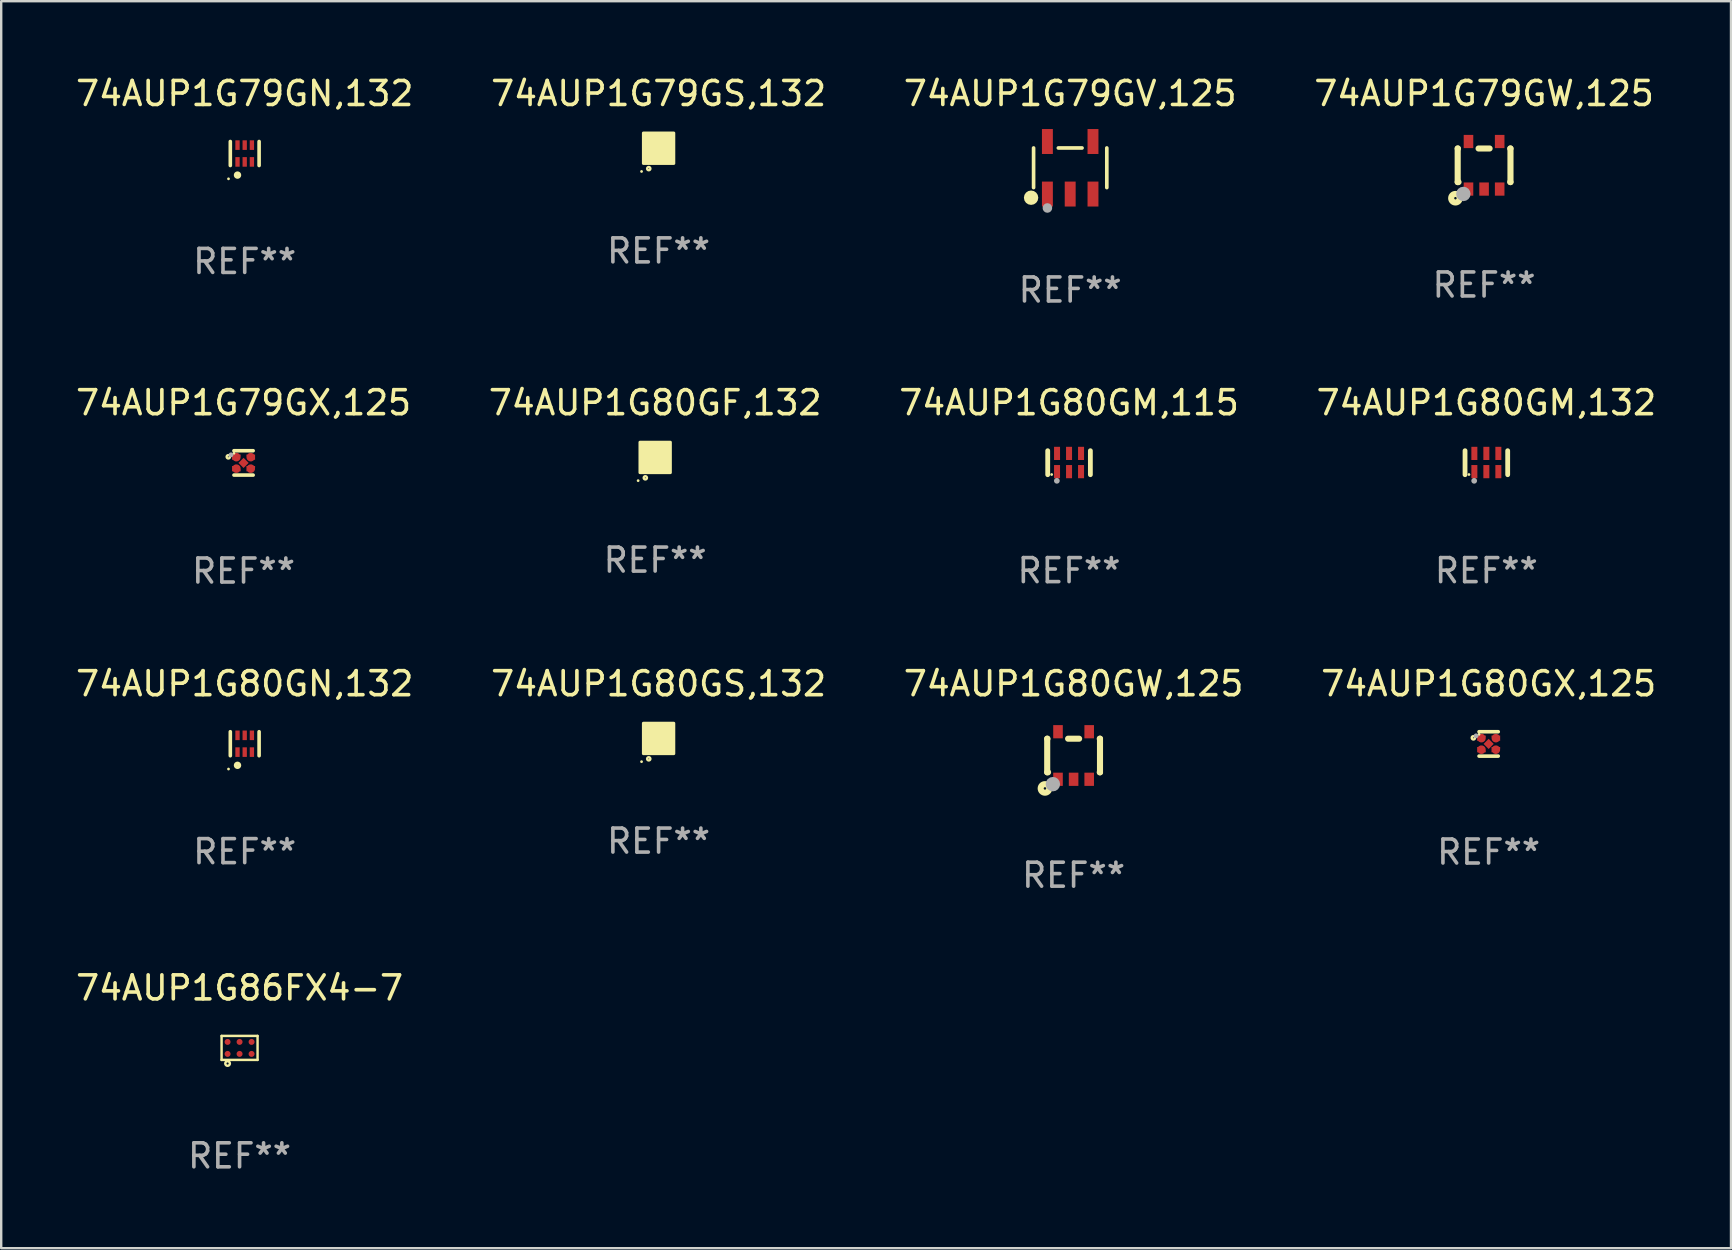
<source format=kicad_pcb>
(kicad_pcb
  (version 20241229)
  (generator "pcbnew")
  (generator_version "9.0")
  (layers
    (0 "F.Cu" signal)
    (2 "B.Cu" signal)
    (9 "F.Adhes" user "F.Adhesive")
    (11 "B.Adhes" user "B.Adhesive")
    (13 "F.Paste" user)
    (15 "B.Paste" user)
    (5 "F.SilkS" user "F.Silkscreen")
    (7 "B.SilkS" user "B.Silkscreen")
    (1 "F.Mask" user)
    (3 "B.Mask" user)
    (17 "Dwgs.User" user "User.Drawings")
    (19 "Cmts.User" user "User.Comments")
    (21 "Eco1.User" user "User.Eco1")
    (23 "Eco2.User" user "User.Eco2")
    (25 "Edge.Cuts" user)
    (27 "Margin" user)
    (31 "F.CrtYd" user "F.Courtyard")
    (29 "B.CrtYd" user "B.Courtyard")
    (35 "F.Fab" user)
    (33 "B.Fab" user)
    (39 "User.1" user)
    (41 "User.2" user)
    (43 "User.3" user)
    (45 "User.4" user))
  (footprint "74AUP1G80GM,132"
    (layer "F.Cu")
    (at 58.899 16.235)
    (property "Reference" "74AUP1G80GM,132" (at 0 -2.5 0) (layer "F.SilkS") (effects (font (size 1 1) (thickness 0.15))))
    (attr through_hole)
    (fp_line (start -0.889 0.5) (end -0.889 -0.5) (stroke (width 0.2) (type solid)) (layer "F.SilkS"))
    (fp_line (start 0.889 0.5) (end 0.889 -0.5) (stroke (width 0.2) (type solid)) (layer "F.SilkS"))
    (fp_circle (center -0.725 0.492) (end -0.695 0.492) (stroke (width 0.06) (type solid)) (fill no) (layer "F.SilkS"))
    (fp_circle (center -0.508 0.754) (end -0.448 0.754) (stroke (width 0.12) (type solid)) (fill no) (layer "F.Fab"))
    (fp_text user "REF**" (at 0 4.5 0) (layer "F.Fab") (effects (font (size 1 1) (thickness 0.15))))
    (pad "1" smd rect (at -0.5 0.372) (size 0.25 0.55) (layers "F.Cu" "F.Mask" "F.Paste"))
    (pad "2" smd rect (at -0.000127 0.372) (size 0.25 0.55) (layers "F.Cu" "F.Mask" "F.Paste"))
    (pad "3" smd rect (at 0.5 0.372) (size 0.25 0.55) (layers "F.Cu" "F.Mask" "F.Paste"))
    (pad "4" smd rect (at 0.5 -0.388 180) (size 0.25 0.55) (layers "F.Cu" "F.Mask" "F.Paste"))
    (pad "5" smd rect (at -0.000127 -0.388 180) (size 0.25 0.55) (layers "F.Cu" "F.Mask" "F.Paste"))
    (pad "6" smd rect (at -0.5 -0.388 180) (size 0.25 0.55) (layers "F.Cu" "F.Mask" "F.Paste")))
  (footprint "74AUP1G80GX,125"
    (layer "F.Cu")
    (at 58.994 27.955)
    (property "Reference" "74AUP1G80GX,125" (at 0 -2.508 0) (layer "F.SilkS") (effects (font (size 1 1) (thickness 0.15))))
    (attr through_hole)
    (fp_line (start 0.4 -0.508) (end -0.4 -0.508) (stroke (width 0.15) (type solid)) (layer "F.SilkS"))
    (fp_line (start 0.4 0.508) (end -0.4 0.508) (stroke (width 0.15) (type solid)) (layer "F.SilkS"))
    (fp_circle (center -0.635 -0.254) (end -0.615 -0.254) (stroke (width 0.1) (type solid)) (fill no) (layer "F.SilkS"))
    (fp_circle (center -0.401 -0.4) (end -0.371 -0.4) (stroke (width 0.06) (type solid)) (fill no) (layer "F.SilkS"))
    (fp_circle (center -0.523 -0.337) (end -0.473 -0.337) (stroke (width 0.1) (type solid)) (fill no) (layer "F.Fab"))
    (fp_text user "REF**" (at 0 4.508 0) (layer "F.Fab") (effects (font (size 1 1) (thickness 0.15))))
    (pad "1" smd custom (at -0.3 -0.24) (size 0.36 0.22) (layers "F.Cu" "F.Mask" "F.Paste") (options (anchor circle)) (primitives (gr_poly (pts (xy -0.18 -0.11) (xy -0.18 0.11) (xy 0.000127 0.11) (xy 0.18 -0.03) (xy 0.18 -0.11) (xy -0.18 -0.11)) (width 0) (fill yes))))
    (pad "2" smd custom (at -0.3 0.24) (size 0.36 0.22) (layers "F.Cu" "F.Mask" "F.Paste") (options (anchor circle)) (primitives (gr_poly (pts (xy -0.18 0.11) (xy -0.18 -0.11) (xy 0.000127 -0.11) (xy 0.18 0.03) (xy 0.18 0.11) (xy -0.18 0.11)) (width 0) (fill yes))))
    (pad "3" smd rect (at 0.000102 -0.000127 45) (size 0.3 0.3) (layers "F.Cu" "F.Mask" "F.Paste"))
    (pad "4" smd custom (at 0.3 0.24 180) (size 0.36 0.22) (layers "F.Cu" "F.Mask" "F.Paste") (options (anchor circle)) (primitives (gr_poly (pts (xy 0.18 0.11) (xy 0.18 -0.11) (xy -0.000178 -0.11) (xy -0.18 0.03) (xy -0.18 0.11) (xy 0.18 0.11)) (width 0) (fill yes))))
    (pad "5" smd custom (at 0.3 -0.24) (size 0.36 0.22) (layers "F.Cu" "F.Mask" "F.Paste") (options (anchor circle)) (primitives (gr_poly (pts (xy 0.18 -0.11) (xy 0.18 0.11) (xy -0.000152 0.11) (xy -0.18 -0.03) (xy -0.18 -0.11) (xy 0.18 -0.11)) (width 0) (fill yes)))))
  (footprint "74AUP1G80GN,132"
    (layer "F.Cu")
    (at 7.149 27.947)
    (property "Reference" "74AUP1G80GN,132" (at 0 -2.5 0) (layer "F.SilkS") (effects (font (size 1 1) (thickness 0.15))))
    (attr through_hole)
    (fp_line (start -0.6 -0.5) (end -0.6 0.5) (stroke (width 0.15) (type solid)) (layer "F.SilkS"))
    (fp_line (start 0.6 0.5) (end 0.6 -0.5) (stroke (width 0.15) (type solid)) (layer "F.SilkS"))
    (fp_circle (center -0.675 1.055) (end -0.645 1.055) (stroke (width 0.06) (type solid)) (fill no) (layer "F.SilkS"))
    (fp_circle (center -0.3 0.9) (end -0.22 0.9) (stroke (width 0.15) (type solid)) (fill no) (layer "F.SilkS"))
    (fp_text user "REF**" (at 0 4.5 0) (layer "F.Fab") (effects (font (size 1 1) (thickness 0.15))))
    (pad "1" smd rect (at -0.3 0.35) (size 0.18 0.4) (layers "F.Cu" "F.Mask" "F.Paste"))
    (pad "2" smd rect (at 0.000025 0.35) (size 0.18 0.4) (layers "F.Cu" "F.Mask" "F.Paste"))
    (pad "3" smd rect (at 0.3 0.35) (size 0.18 0.4) (layers "F.Cu" "F.Mask" "F.Paste"))
    (pad "4" smd rect (at 0.3 -0.35) (size 0.18 0.4) (layers "F.Cu" "F.Mask" "F.Paste"))
    (pad "5" smd rect (at 0.000025 -0.35) (size 0.18 0.4) (layers "F.Cu" "F.Mask" "F.Paste"))
    (pad "6" smd rect (at -0.3 -0.35) (size 0.18 0.4) (layers "F.Cu" "F.Mask" "F.Paste")))
  (footprint "74AUP1G79GN,132"
    (layer "F.Cu")
    (at 7.149 3.348)
    (property "Reference" "74AUP1G79GN,132" (at 0 -2.5 0) (layer "F.SilkS") (effects (font (size 1 1) (thickness 0.15))))
    (attr through_hole)
    (fp_line (start -0.6 -0.5) (end -0.6 0.5) (stroke (width 0.15) (type solid)) (layer "F.SilkS"))
    (fp_line (start 0.6 0.5) (end 0.6 -0.5) (stroke (width 0.15) (type solid)) (layer "F.SilkS"))
    (fp_circle (center -0.675 1.055) (end -0.645 1.055) (stroke (width 0.06) (type solid)) (fill no) (layer "F.SilkS"))
    (fp_circle (center -0.3 0.9) (end -0.22 0.9) (stroke (width 0.15) (type solid)) (fill no) (layer "F.SilkS"))
    (fp_text user "REF**" (at 0 4.5 0) (layer "F.Fab") (effects (font (size 1 1) (thickness 0.15))))
    (pad "1" smd rect (at -0.3 0.35) (size 0.18 0.4) (layers "F.Cu" "F.Mask" "F.Paste"))
    (pad "2" smd rect (at 0.000025 0.35) (size 0.18 0.4) (layers "F.Cu" "F.Mask" "F.Paste"))
    (pad "3" smd rect (at 0.3 0.35) (size 0.18 0.4) (layers "F.Cu" "F.Mask" "F.Paste"))
    (pad "4" smd rect (at 0.3 -0.35) (size 0.18 0.4) (layers "F.Cu" "F.Mask" "F.Paste"))
    (pad "5" smd rect (at 0.000025 -0.35) (size 0.18 0.4) (layers "F.Cu" "F.Mask" "F.Paste"))
    (pad "6" smd rect (at -0.3 -0.35) (size 0.18 0.4) (layers "F.Cu" "F.Mask" "F.Paste")))
  (footprint "74AUP1G79GV,125"
    (layer "F.Cu")
    (at 41.554 3.943)
    (property "Reference" "74AUP1G79GV,125" (at 0 -3.095 0) (layer "F.SilkS") (effects (font (size 1 1) (thickness 0.15))))
    (attr through_hole)
    (fp_line (start -1.526 0.826) (end -1.526 -0.826) (stroke (width 0.152) (type solid)) (layer "F.SilkS"))
    (fp_line (start 0.494 -0.826) (end -0.494 -0.826) (stroke (width 0.152) (type solid)) (layer "F.SilkS"))
    (fp_line (start 1.526 0.826) (end 1.526 -0.826) (stroke (width 0.152) (type solid)) (layer "F.SilkS"))
    (fp_circle (center -1.63 1.247) (end -1.48 1.247) (stroke (width 0.3) (type solid)) (fill no) (layer "F.SilkS"))
    (fp_circle (center -1.45 1.375) (end -1.42 1.375) (stroke (width 0.06) (type solid)) (fill no) (layer "F.SilkS"))
    (fp_circle (center -0.95 1.675) (end -0.85 1.675) (stroke (width 0.2) (type solid)) (fill no) (layer "F.Fab"))
    (fp_text user "REF**" (at 0 5.095 0) (layer "F.Fab") (effects (font (size 1 1) (thickness 0.15))))
    (pad "1" smd rect (at -0.95 1.095) (size 0.455 1.04) (layers "F.Cu" "F.Mask" "F.Paste"))
    (pad "2" smd rect (at 0 1.095) (size 0.455 1.04) (layers "F.Cu" "F.Mask" "F.Paste"))
    (pad "3" smd rect (at 0.95 1.095) (size 0.455 1.04) (layers "F.Cu" "F.Mask" "F.Paste"))
    (pad "4" smd rect (at 0.95 -1.095) (size 0.455 1.04) (layers "F.Cu" "F.Mask" "F.Paste"))
    (pad "5" smd rect (at -0.95 -1.095) (size 0.455 1.04) (layers "F.Cu" "F.Mask" "F.Paste")))
  (footprint "74AUP1G79GS,132"
    (layer "F.Cu")
    (at 24.399 3.128)
    (property "Reference" "74AUP1G79GS,132" (at 0 -2.28 0) (layer "F.SilkS") (effects (font (size 1 1) (thickness 0.15))))
    (attr through_hole)
    (fp_circle (center -0.71 0.968) (end -0.68 0.968) (stroke (width 0.06) (type solid)) (fill no) (layer "F.SilkS"))
    (fp_circle (center -0.41 0.85) (end -0.342 0.85) (stroke (width 0.1) (type solid)) (fill no) (layer "F.SilkS"))
    (fp_poly (pts (xy -0.635 -0.635) (xy 0.635 -0.635) (xy 0.635 0.635) (xy -0.635 0.635)) (stroke (width 0.12) (type solid)) (fill yes) (layer "F.SilkS"))
    (fp_text user "REF**" (at 0 4.28 0) (layer "F.Fab") (effects (font (size 1 1) (thickness 0.15))))
    (pad "1" smd rect (at -0.35 0.28 90) (size 0.35 0.2) (layers "F.Cu" "F.Mask" "F.Paste"))
    (pad "2" smd rect (at 0 0.28 90) (size 0.35 0.2) (layers "F.Cu" "F.Mask" "F.Paste"))
    (pad "3" smd rect (at 0.35 0.28 90) (size 0.35 0.2) (layers "F.Cu" "F.Mask" "F.Paste"))
    (pad "4" smd rect (at 0.35 -0.28 90) (size 0.35 0.2) (layers "F.Cu" "F.Mask" "F.Paste"))
    (pad "5" smd rect (at 0 -0.28 90) (size 0.35 0.2) (layers "F.Cu" "F.Mask" "F.Paste"))
    (pad "6" smd rect (at -0.35 -0.28 90) (size 0.35 0.2) (layers "F.Cu" "F.Mask" "F.Paste")))
  (footprint "74AUP1G80GS,132"
    (layer "F.Cu")
    (at 24.399 27.727)
    (property "Reference" "74AUP1G80GS,132" (at 0 -2.28 0) (layer "F.SilkS") (effects (font (size 1 1) (thickness 0.15))))
    (attr through_hole)
    (fp_circle (center -0.71 0.968) (end -0.68 0.968) (stroke (width 0.06) (type solid)) (fill no) (layer "F.SilkS"))
    (fp_circle (center -0.41 0.85) (end -0.342 0.85) (stroke (width 0.1) (type solid)) (fill no) (layer "F.SilkS"))
    (fp_poly (pts (xy -0.635 -0.635) (xy 0.635 -0.635) (xy 0.635 0.635) (xy -0.635 0.635)) (stroke (width 0.12) (type solid)) (fill yes) (layer "F.SilkS"))
    (fp_text user "REF**" (at 0 4.28 0) (layer "F.Fab") (effects (font (size 1 1) (thickness 0.15))))
    (pad "1" smd rect (at -0.35 0.28 90) (size 0.35 0.2) (layers "F.Cu" "F.Mask" "F.Paste"))
    (pad "2" smd rect (at 0 0.28 90) (size 0.35 0.2) (layers "F.Cu" "F.Mask" "F.Paste"))
    (pad "3" smd rect (at 0.35 0.28 90) (size 0.35 0.2) (layers "F.Cu" "F.Mask" "F.Paste"))
    (pad "4" smd rect (at 0.35 -0.28 90) (size 0.35 0.2) (layers "F.Cu" "F.Mask" "F.Paste"))
    (pad "5" smd rect (at 0 -0.28 90) (size 0.35 0.2) (layers "F.Cu" "F.Mask" "F.Paste"))
    (pad "6" smd rect (at -0.35 -0.28 90) (size 0.35 0.2) (layers "F.Cu" "F.Mask" "F.Paste")))
  (footprint "74AUP1G80GM,115"
    (layer "F.Cu")
    (at 41.506 16.235)
    (property "Reference" "74AUP1G80GM,115" (at 0 -2.5 0) (layer "F.SilkS") (effects (font (size 1 1) (thickness 0.15))))
    (attr through_hole)
    (fp_line (start -0.889 0.5) (end -0.889 -0.5) (stroke (width 0.2) (type solid)) (layer "F.SilkS"))
    (fp_line (start 0.889 0.5) (end 0.889 -0.5) (stroke (width 0.2) (type solid)) (layer "F.SilkS"))
    (fp_circle (center -0.725 0.492) (end -0.695 0.492) (stroke (width 0.06) (type solid)) (fill no) (layer "F.SilkS"))
    (fp_circle (center -0.508 0.754) (end -0.448 0.754) (stroke (width 0.12) (type solid)) (fill no) (layer "F.Fab"))
    (fp_text user "REF**" (at 0 4.5 0) (layer "F.Fab") (effects (font (size 1 1) (thickness 0.15))))
    (pad "1" smd rect (at -0.5 0.372) (size 0.25 0.55) (layers "F.Cu" "F.Mask" "F.Paste"))
    (pad "2" smd rect (at -0.000127 0.372) (size 0.25 0.55) (layers "F.Cu" "F.Mask" "F.Paste"))
    (pad "3" smd rect (at 0.5 0.372) (size 0.25 0.55) (layers "F.Cu" "F.Mask" "F.Paste"))
    (pad "4" smd rect (at 0.5 -0.388 180) (size 0.25 0.55) (layers "F.Cu" "F.Mask" "F.Paste"))
    (pad "5" smd rect (at -0.000127 -0.388 180) (size 0.25 0.55) (layers "F.Cu" "F.Mask" "F.Paste"))
    (pad "6" smd rect (at -0.5 -0.388 180) (size 0.25 0.55) (layers "F.Cu" "F.Mask" "F.Paste")))
  (footprint "74AUP1G79GW,125"
    (layer "F.Cu")
    (at 58.804 3.839)
    (property "Reference" "74AUP1G79GW,125" (at 0 -2.991 0) (layer "F.SilkS") (effects (font (size 1 1) (thickness 0.15))))
    (attr through_hole)
    (fp_line (start -1.1 -0.7) (end -1.1 0.7) (stroke (width 0.254) (type solid)) (layer "F.SilkS"))
    (fp_line (start -1.1 -0.7) (end -1.09 -0.7) (stroke (width 0.254) (type solid)) (layer "F.SilkS"))
    (fp_line (start -1.1 0.7) (end -1.065 0.7) (stroke (width 0.254) (type solid)) (layer "F.SilkS"))
    (fp_line (start -0.23 -0.7) (end 0.23 -0.7) (stroke (width 0.254) (type solid)) (layer "F.SilkS"))
    (fp_line (start 1.09 -0.7) (end 1.1 -0.7) (stroke (width 0.254) (type solid)) (layer "F.SilkS"))
    (fp_line (start 1.09 0.7) (end 1.1 0.7) (stroke (width 0.254) (type solid)) (layer "F.SilkS"))
    (fp_line (start 1.1 -0.7) (end 1.1 0.7) (stroke (width 0.254) (type solid)) (layer "F.SilkS"))
    (fp_circle (center -1.194 1.372) (end -1.143 1.372) (stroke (width 0.254) (type solid)) (fill no) (layer "F.SilkS"))
    (fp_circle (center -1.05 1.063) (end -1.02 1.063) (stroke (width 0.06) (type solid)) (fill no) (layer "F.SilkS"))
    (fp_circle (center -0.864 1.194) (end -0.713 1.194) (stroke (width 0.3) (type solid)) (fill no) (layer "F.Fab"))
    (fp_text user "REF**" (at 0 4.991 0) (layer "F.Fab") (effects (font (size 1 1) (thickness 0.15))))
    (pad "1" smd rect (at -0.65 0.991 180) (size 0.399 0.551) (layers "F.Cu" "F.Mask" "F.Paste"))
    (pad "2" smd rect (at 0 0.991 180) (size 0.399 0.551) (layers "F.Cu" "F.Mask" "F.Paste"))
    (pad "3" smd rect (at 0.65 0.991 180) (size 0.399 0.551) (layers "F.Cu" "F.Mask" "F.Paste"))
    (pad "4" smd rect (at 0.65 -0.991 180) (size 0.399 0.551) (layers "F.Cu" "F.Mask" "F.Paste"))
    (pad "5" smd rect (at -0.65 -0.991 180) (size 0.399 0.551) (layers "F.Cu" "F.Mask" "F.Paste")))
  (footprint "74AUP1G80GF,132"
    (layer "F.Cu")
    (at 24.256 16.015)
    (property "Reference" "74AUP1G80GF,132" (at 0 -2.28 0) (layer "F.SilkS") (effects (font (size 1 1) (thickness 0.15))))
    (attr through_hole)
    (fp_circle (center -0.71 0.968) (end -0.68 0.968) (stroke (width 0.06) (type solid)) (fill no) (layer "F.SilkS"))
    (fp_circle (center -0.41 0.85) (end -0.342 0.85) (stroke (width 0.1) (type solid)) (fill no) (layer "F.SilkS"))
    (fp_poly (pts (xy -0.635 -0.635) (xy 0.635 -0.635) (xy 0.635 0.635) (xy -0.635 0.635)) (stroke (width 0.12) (type solid)) (fill yes) (layer "F.SilkS"))
    (fp_text user "REF**" (at 0 4.28 0) (layer "F.Fab") (effects (font (size 1 1) (thickness 0.15))))
    (pad "1" smd rect (at -0.35 0.28 90) (size 0.35 0.2) (layers "F.Cu" "F.Mask" "F.Paste"))
    (pad "2" smd rect (at 0 0.28 90) (size 0.35 0.2) (layers "F.Cu" "F.Mask" "F.Paste"))
    (pad "3" smd rect (at 0.35 0.28 90) (size 0.35 0.2) (layers "F.Cu" "F.Mask" "F.Paste"))
    (pad "4" smd rect (at 0.35 -0.28 90) (size 0.35 0.2) (layers "F.Cu" "F.Mask" "F.Paste"))
    (pad "5" smd rect (at 0 -0.28 90) (size 0.35 0.2) (layers "F.Cu" "F.Mask" "F.Paste"))
    (pad "6" smd rect (at -0.35 -0.28 90) (size 0.35 0.2) (layers "F.Cu" "F.Mask" "F.Paste")))
  (footprint "74AUP1G79GX,125"
    (layer "F.Cu")
    (at 7.101 16.243)
    (property "Reference" "74AUP1G79GX,125" (at 0 -2.508 0) (layer "F.SilkS") (effects (font (size 1 1) (thickness 0.15))))
    (attr through_hole)
    (fp_line (start 0.4 -0.508) (end -0.4 -0.508) (stroke (width 0.15) (type solid)) (layer "F.SilkS"))
    (fp_line (start 0.4 0.508) (end -0.4 0.508) (stroke (width 0.15) (type solid)) (layer "F.SilkS"))
    (fp_circle (center -0.635 -0.254) (end -0.615 -0.254) (stroke (width 0.1) (type solid)) (fill no) (layer "F.SilkS"))
    (fp_circle (center -0.401 -0.4) (end -0.371 -0.4) (stroke (width 0.06) (type solid)) (fill no) (layer "F.SilkS"))
    (fp_circle (center -0.523 -0.337) (end -0.473 -0.337) (stroke (width 0.1) (type solid)) (fill no) (layer "F.Fab"))
    (fp_text user "REF**" (at 0 4.508 0) (layer "F.Fab") (effects (font (size 1 1) (thickness 0.15))))
    (pad "1" smd custom (at -0.3 -0.24) (size 0.36 0.22) (layers "F.Cu" "F.Mask" "F.Paste") (options (anchor circle)) (primitives (gr_poly (pts (xy -0.18 -0.11) (xy -0.18 0.11) (xy 0.000127 0.11) (xy 0.18 -0.03) (xy 0.18 -0.11) (xy -0.18 -0.11)) (width 0) (fill yes))))
    (pad "2" smd custom (at -0.3 0.24) (size 0.36 0.22) (layers "F.Cu" "F.Mask" "F.Paste") (options (anchor circle)) (primitives (gr_poly (pts (xy -0.18 0.11) (xy -0.18 -0.11) (xy 0.000127 -0.11) (xy 0.18 0.03) (xy 0.18 0.11) (xy -0.18 0.11)) (width 0) (fill yes))))
    (pad "3" smd rect (at 0.000102 -0.000127 45) (size 0.3 0.3) (layers "F.Cu" "F.Mask" "F.Paste"))
    (pad "4" smd custom (at 0.3 0.24 180) (size 0.36 0.22) (layers "F.Cu" "F.Mask" "F.Paste") (options (anchor circle)) (primitives (gr_poly (pts (xy 0.18 0.11) (xy 0.18 -0.11) (xy -0.000178 -0.11) (xy -0.18 0.03) (xy -0.18 0.11) (xy 0.18 0.11)) (width 0) (fill yes))))
    (pad "5" smd custom (at 0.3 -0.24) (size 0.36 0.22) (layers "F.Cu" "F.Mask" "F.Paste") (options (anchor circle)) (primitives (gr_poly (pts (xy 0.18 -0.11) (xy 0.18 0.11) (xy -0.000152 0.11) (xy -0.18 -0.03) (xy -0.18 -0.11) (xy 0.18 -0.11)) (width 0) (fill yes)))))
  (footprint "74AUP1G80GW,125"
    (layer "F.Cu")
    (at 41.696 28.438)
    (property "Reference" "74AUP1G80GW,125" (at 0 -2.991 0) (layer "F.SilkS") (effects (font (size 1 1) (thickness 0.15))))
    (attr through_hole)
    (fp_line (start -1.1 -0.7) (end -1.1 0.7) (stroke (width 0.254) (type solid)) (layer "F.SilkS"))
    (fp_line (start -1.1 -0.7) (end -1.09 -0.7) (stroke (width 0.254) (type solid)) (layer "F.SilkS"))
    (fp_line (start -1.1 0.7) (end -1.065 0.7) (stroke (width 0.254) (type solid)) (layer "F.SilkS"))
    (fp_line (start -0.23 -0.7) (end 0.23 -0.7) (stroke (width 0.254) (type solid)) (layer "F.SilkS"))
    (fp_line (start 1.09 -0.7) (end 1.1 -0.7) (stroke (width 0.254) (type solid)) (layer "F.SilkS"))
    (fp_line (start 1.09 0.7) (end 1.1 0.7) (stroke (width 0.254) (type solid)) (layer "F.SilkS"))
    (fp_line (start 1.1 -0.7) (end 1.1 0.7) (stroke (width 0.254) (type solid)) (layer "F.SilkS"))
    (fp_circle (center -1.194 1.372) (end -1.143 1.372) (stroke (width 0.254) (type solid)) (fill no) (layer "F.SilkS"))
    (fp_circle (center -1.05 1.063) (end -1.02 1.063) (stroke (width 0.06) (type solid)) (fill no) (layer "F.SilkS"))
    (fp_circle (center -0.864 1.194) (end -0.713 1.194) (stroke (width 0.3) (type solid)) (fill no) (layer "F.Fab"))
    (fp_text user "REF**" (at 0 4.991 0) (layer "F.Fab") (effects (font (size 1 1) (thickness 0.15))))
    (pad "1" smd rect (at -0.65 0.991 180) (size 0.399 0.551) (layers "F.Cu" "F.Mask" "F.Paste"))
    (pad "2" smd rect (at 0 0.991 180) (size 0.399 0.551) (layers "F.Cu" "F.Mask" "F.Paste"))
    (pad "3" smd rect (at 0.65 0.991 180) (size 0.399 0.551) (layers "F.Cu" "F.Mask" "F.Paste"))
    (pad "4" smd rect (at 0.65 -0.991 180) (size 0.399 0.551) (layers "F.Cu" "F.Mask" "F.Paste"))
    (pad "5" smd rect (at -0.65 -0.991 180) (size 0.399 0.551) (layers "F.Cu" "F.Mask" "F.Paste")))
  (footprint "74AUP1G86FX4-7"
    (layer "F.Cu")
    (at 6.935 40.625)
    (property "Reference" "74AUP1G86FX4-7" (at 0 -2.5 0) (layer "F.SilkS") (effects (font (size 1 1) (thickness 0.15))))
    (attr through_hole)
    (fp_line (start -0.75 -0.5) (end 0.75 -0.5) (stroke (width 0.102) (type solid)) (layer "F.SilkS"))
    (fp_line (start -0.75 0.5) (end -0.75 -0.5) (stroke (width 0.102) (type solid)) (layer "F.SilkS"))
    (fp_line (start -0.75 0.5) (end 0.75 0.5) (stroke (width 0.102) (type solid)) (layer "F.SilkS"))
    (fp_line (start 0.75 -0.5) (end 0.75 0.5) (stroke (width 0.102) (type solid)) (layer "F.SilkS"))
    (fp_circle (center -0.5 0.65) (end -0.455 0.65) (stroke (width 0.102) (type solid)) (fill no) (layer "F.SilkS"))
    (fp_text user "REF**" (at 0 4.5 0) (layer "F.Fab") (effects (font (size 1 1) (thickness 0.15))))
    (pad "1" smd circle (at -0.5 0.25) (size 0.25 0.25) (layers "F.Cu" "F.Mask" "F.Paste"))
    (pad "2" smd circle (at 0 0.25) (size 0.25 0.25) (layers "F.Cu" "F.Mask" "F.Paste"))
    (pad "3" smd circle (at 0.5 0.25) (size 0.25 0.25) (layers "F.Cu" "F.Mask" "F.Paste"))
    (pad "4" smd circle (at 0.5 -0.25) (size 0.25 0.25) (layers "F.Cu" "F.Mask" "F.Paste"))
    (pad "5" smd circle (at 0 -0.25) (size 0.25 0.25) (layers "F.Cu" "F.Mask" "F.Paste"))
    (pad "6" smd circle (at -0.5 -0.25) (size 0.25 0.25) (layers "F.Cu" "F.Mask" "F.Paste")))
  (gr_rect
    (start -3 -3)
    (end 69.095 48.973)
    (stroke (width 0.1) (type default))
    (fill no)
    (layer "Edge.Cuts")))
</source>
